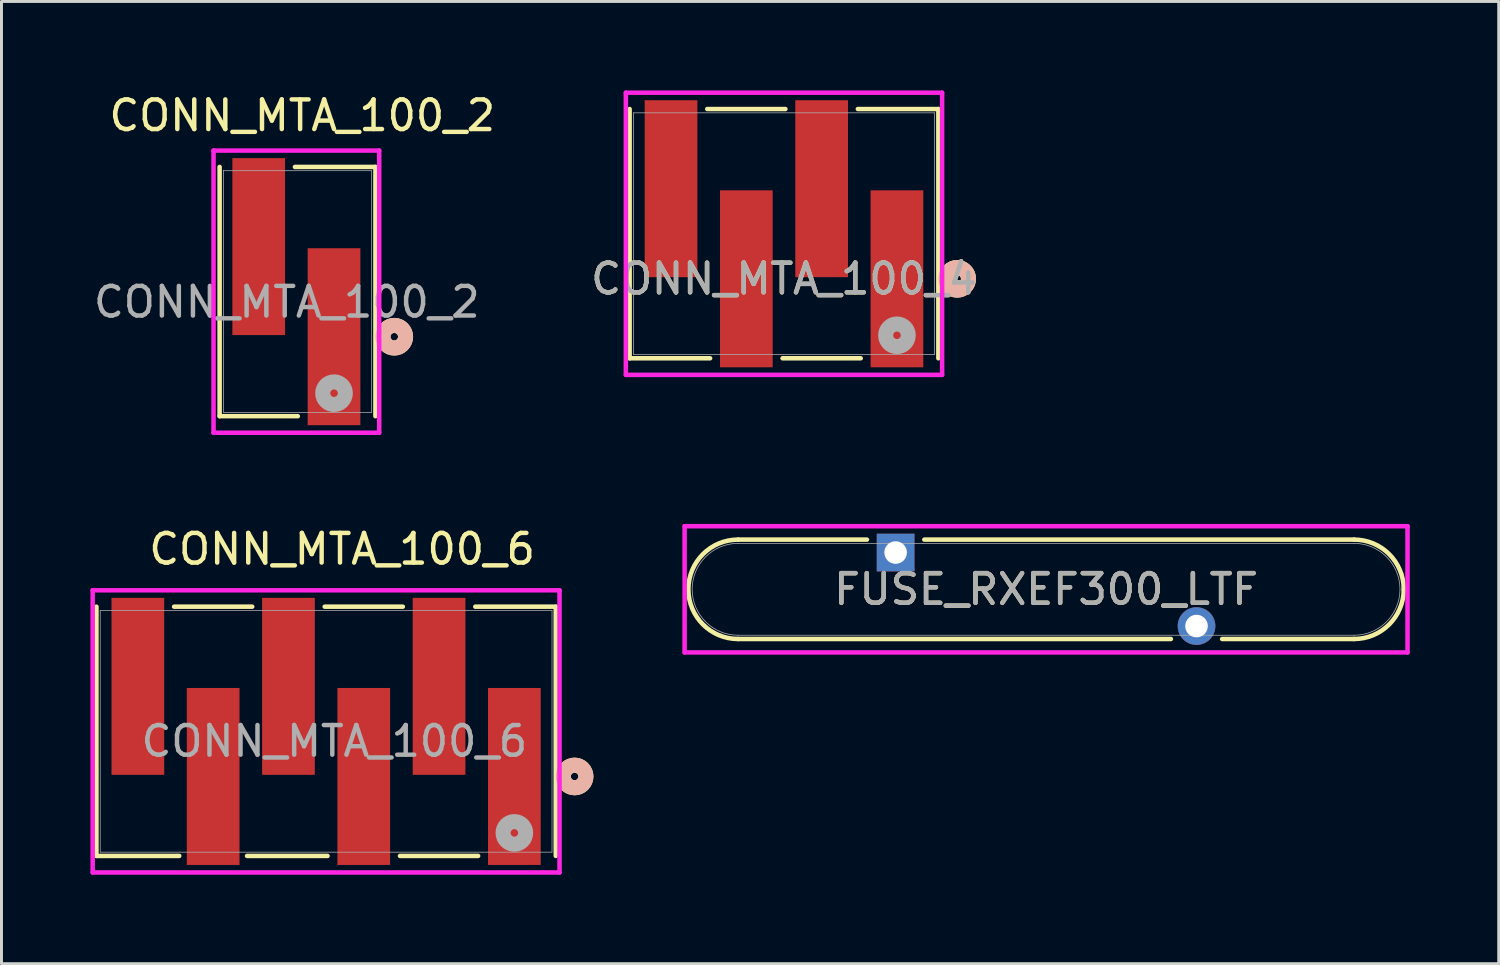
<source format=kicad_pcb>
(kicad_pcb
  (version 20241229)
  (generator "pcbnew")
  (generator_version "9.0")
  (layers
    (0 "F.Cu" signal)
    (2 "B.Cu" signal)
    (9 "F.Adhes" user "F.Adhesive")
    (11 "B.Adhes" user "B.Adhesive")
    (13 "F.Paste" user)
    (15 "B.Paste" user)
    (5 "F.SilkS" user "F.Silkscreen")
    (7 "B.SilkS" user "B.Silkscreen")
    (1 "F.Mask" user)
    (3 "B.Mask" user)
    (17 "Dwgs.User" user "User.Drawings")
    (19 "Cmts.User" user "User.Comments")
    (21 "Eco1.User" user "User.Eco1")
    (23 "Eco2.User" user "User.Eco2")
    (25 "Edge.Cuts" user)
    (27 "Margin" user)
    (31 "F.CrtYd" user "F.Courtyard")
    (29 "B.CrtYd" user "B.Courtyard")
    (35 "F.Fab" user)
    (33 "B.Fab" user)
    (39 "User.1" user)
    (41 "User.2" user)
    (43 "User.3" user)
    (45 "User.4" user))
  (footprint "FUSE_RXEF300_LTF"
    (layer "F.Cu")
    (at 32.235 16.828)
    (property "Reference" "FUSE_RXEF300_LTF" (at 0 0 0) (unlocked yes) (layer "F.SilkS") (effects (font (size 1 1) (thickness 0.15))))
    (attr through_hole)
    (fp_line (start -10.389 -1.676) (end -6.043 -1.676) (stroke (width 0.152) (type solid)) (layer "F.SilkS"))
    (fp_line (start -10.389 1.676) (end 4.211 1.676) (stroke (width 0.152) (type solid)) (layer "F.SilkS"))
    (fp_line (start -4.107 -1.676) (end 10.389 -1.676) (stroke (width 0.152) (type solid)) (layer "F.SilkS"))
    (fp_line (start 5.939 1.676) (end 10.389 1.676) (stroke (width 0.152) (type solid)) (layer "F.SilkS"))
    (fp_arc (start -10.3886 1.6764) (mid -12.065 0) (end -10.3886 -1.6764) (stroke (width 0.1524) (type solid)) (layer "F.SilkS"))
    (fp_arc (start 10.3886 -1.6764) (mid 11.573994 -1.185394) (end 12.065 0) (stroke (width 0.1524) (type solid)) (layer "F.SilkS"))
    (fp_arc (start 12.065 0) (mid 11.573994 1.185394) (end 10.3886 1.6764) (stroke (width 0.1524) (type solid)) (layer "F.SilkS"))
    (fp_line (start -12.192 -2.129) (end 12.192 -2.129) (stroke (width 0.152) (type solid)) (layer "F.CrtYd"))
    (fp_line (start -12.192 2.129) (end -12.192 -2.129) (stroke (width 0.152) (type solid)) (layer "F.CrtYd"))
    (fp_line (start 12.192 -2.129) (end 12.192 2.129) (stroke (width 0.152) (type solid)) (layer "F.CrtYd"))
    (fp_line (start 12.192 2.129) (end -12.192 2.129) (stroke (width 0.152) (type solid)) (layer "F.CrtYd"))
    (fp_line (start -10.389 -1.549) (end 10.389 -1.549) (stroke (width 0.025) (type solid)) (layer "F.Fab"))
    (fp_line (start -10.389 1.549) (end 10.389 1.549) (stroke (width 0.025) (type solid)) (layer "F.Fab"))
    (fp_arc (start -10.3886 1.5494) (mid -11.938 0) (end -10.3886 -1.5494) (stroke (width 0.0254) (type solid)) (layer "F.Fab"))
    (fp_arc (start 10.3886 -1.5494) (mid 11.938 0) (end 10.3886 1.5494) (stroke (width 0.0254) (type solid)) (layer "F.Fab"))
    (fp_text user "${REFERENCE}" (at 0 0 0) (unlocked yes) (layer "F.Fab") (effects (font (size 1 1) (thickness 0.15))))
    (pad "1" thru_hole rect (at -5.075 -1.24) (size 1.27 1.27) (drill 0.762) (layers "*.Cu" "*.Mask"))
    (pad "2" thru_hole circle (at 5.075 1.24) (size 1.27 1.27) (drill 0.762) (layers "*.Cu" "*.Mask")))
  (footprint "CONN_MTA_100_2"
    (layer "F.Cu")
    (at 6.995 6.688)
    (property "Reference" "CONN_MTA_100_2" (at 0.15 -5.84 0) (unlocked yes) (layer "F.SilkS") (effects (font (size 1 1) (thickness 0.15))))
    (attr smd)
    (fp_line (start -2.637 4.3) (end -2.637 -4.107) (stroke (width 0.152) (type solid)) (layer "F.SilkS"))
    (fp_line (start -2.637 4.3) (end 0 4.3) (stroke (width 0.152) (type solid)) (layer "F.SilkS"))
    (fp_line (start 2.619 -4.107) (end -0.097 -4.107) (stroke (width 0.152) (type solid)) (layer "F.SilkS"))
    (fp_line (start 2.619 4.3) (end 2.619 -4.107) (stroke (width 0.152) (type solid)) (layer "F.SilkS"))
    (fp_circle (center 3.254 1.62) (end 3.635 1.62) (stroke (width 0.508) (type solid)) (fill no) (layer "F.SilkS"))
    (fp_circle (center 3.254 1.62) (end 3.635 1.62) (stroke (width 0.508) (type solid)) (fill no) (layer "B.SilkS"))
    (fp_line (start -2.842 -4.659) (end -2.842 4.858) (stroke (width 0.152) (type solid)) (layer "F.CrtYd"))
    (fp_line (start -2.842 4.858) (end 2.746 4.858) (stroke (width 0.152) (type solid)) (layer "F.CrtYd"))
    (fp_line (start 2.746 -4.659) (end -2.842 -4.659) (stroke (width 0.152) (type solid)) (layer "F.CrtYd"))
    (fp_line (start 2.746 4.858) (end 2.746 -4.659) (stroke (width 0.152) (type solid)) (layer "F.CrtYd"))
    (fp_line (start -2.51 -3.997) (end -2.51 4.156) (stroke (width 0.025) (type solid)) (layer "F.Fab"))
    (fp_line (start -2.51 4.173) (end 2.492 4.173) (stroke (width 0.025) (type solid)) (layer "F.Fab"))
    (fp_line (start 2.492 -3.98) (end -2.51 -3.98) (stroke (width 0.025) (type solid)) (layer "F.Fab"))
    (fp_line (start 2.492 4.173) (end 2.492 -3.98) (stroke (width 0.025) (type solid)) (layer "F.Fab"))
    (fp_circle (center 1.222 3.525) (end 1.603 3.525) (stroke (width 0.508) (type solid)) (fill no) (layer "F.Fab"))
    (fp_text user "${REFERENCE}" (at -0.37 0.45 0) (unlocked yes) (layer "F.Fab") (effects (font (size 1 1) (thickness 0.15))))
    (pad "1" smd rect (at 1.222 1.62) (size 1.778 5.969) (layers "F.Cu" "F.Mask" "F.Paste"))
    (pad "2" smd rect (at -1.318 -1.42) (size 1.778 5.969) (layers "F.Cu" "F.Mask" "F.Paste")))
  (footprint "CONN_MTA_100_4"
    (layer "F.Cu")
    (at 27.205 6.355)
    (property "Reference" "CONN_MTA_100_4" (at -3.81 0 0) (unlocked yes) (layer "F.SilkS") (effects (font (size 1 1) (thickness 0.15))))
    (attr smd)
    (fp_line (start -9.017 -5.727) (end -9.017 2.68) (stroke (width 0.152) (type solid)) (layer "F.SilkS"))
    (fp_line (start -9.017 2.68) (end -6.302 2.68) (stroke (width 0.152) (type solid)) (layer "F.SilkS"))
    (fp_line (start -3.858 2.68) (end -1.222 2.68) (stroke (width 0.152) (type solid)) (layer "F.SilkS"))
    (fp_line (start -3.762 -5.727) (end -6.398 -5.727) (stroke (width 0.152) (type solid)) (layer "F.SilkS"))
    (fp_line (start 1.397 -5.727) (end -1.318 -5.727) (stroke (width 0.152) (type solid)) (layer "F.SilkS"))
    (fp_line (start 1.397 2.68) (end 1.397 -5.727) (stroke (width 0.152) (type solid)) (layer "F.SilkS"))
    (fp_circle (center 2.032 0) (end 2.413 0) (stroke (width 0.508) (type solid)) (fill no) (layer "F.SilkS"))
    (fp_circle (center 2.032 0) (end 2.413 0) (stroke (width 0.508) (type solid)) (fill no) (layer "B.SilkS"))
    (fp_line (start -9.144 -6.278) (end -9.144 3.239) (stroke (width 0.152) (type solid)) (layer "F.CrtYd"))
    (fp_line (start -9.144 3.239) (end 1.524 3.239) (stroke (width 0.152) (type solid)) (layer "F.CrtYd"))
    (fp_line (start 1.524 -6.278) (end -9.144 -6.278) (stroke (width 0.152) (type solid)) (layer "F.CrtYd"))
    (fp_line (start 1.524 3.239) (end 1.524 -6.278) (stroke (width 0.152) (type solid)) (layer "F.CrtYd"))
    (fp_line (start -8.89 -5.6) (end -8.89 2.553) (stroke (width 0.025) (type solid)) (layer "F.Fab"))
    (fp_line (start -8.89 2.553) (end 1.27 2.553) (stroke (width 0.025) (type solid)) (layer "F.Fab"))
    (fp_line (start 1.27 -5.6) (end -8.89 -5.6) (stroke (width 0.025) (type solid)) (layer "F.Fab"))
    (fp_line (start 1.27 2.553) (end 1.27 -5.6) (stroke (width 0.025) (type solid)) (layer "F.Fab"))
    (fp_circle (center 0 1.905) (end 0.381 1.905) (stroke (width 0.508) (type solid)) (fill no) (layer "F.Fab"))
    (fp_text user "${REFERENCE}" (at -3.81 0 0) (unlocked yes) (layer "F.Fab") (effects (font (size 1 1) (thickness 0.15))))
    (pad "1" smd rect (at 0 0) (size 1.778 5.969) (layers "F.Cu" "F.Mask" "F.Paste"))
    (pad "2" smd rect (at -2.54 -3.04) (size 1.778 5.969) (layers "F.Cu" "F.Mask" "F.Paste"))
    (pad "3" smd rect (at -5.08 0) (size 1.778 5.969) (layers "F.Cu" "F.Mask" "F.Paste"))
    (pad "4" smd rect (at -7.62 -3.04) (size 1.778 5.969) (layers "F.Cu" "F.Mask" "F.Paste")))
  (footprint "CONN_MTA_100_6"
    (layer "F.Cu")
    (at 9.22 20.156)
    (property "Reference" "CONN_MTA_100_6" (at -0.73 -4.685 0) (unlocked yes) (layer "F.SilkS") (effects (font (size 1 1) (thickness 0.15))))
    (attr smd)
    (fp_line (start -9.017 -2.742) (end -9.017 5.665) (stroke (width 0.152) (type solid)) (layer "F.SilkS"))
    (fp_line (start -9.017 5.665) (end -6.223 5.665) (stroke (width 0.152) (type solid)) (layer "F.SilkS"))
    (fp_line (start -3.937 5.665) (end -1.222 5.665) (stroke (width 0.152) (type solid)) (layer "F.SilkS"))
    (fp_line (start -3.762 -2.742) (end -6.398 -2.742) (stroke (width 0.152) (type solid)) (layer "F.SilkS"))
    (fp_line (start 1.222 5.665) (end 3.858 5.665) (stroke (width 0.152) (type solid)) (layer "F.SilkS"))
    (fp_line (start 1.318 -2.742) (end -1.318 -2.742) (stroke (width 0.152) (type solid)) (layer "F.SilkS"))
    (fp_line (start 6.477 -2.742) (end 3.762 -2.742) (stroke (width 0.152) (type solid)) (layer "F.SilkS"))
    (fp_line (start 6.477 5.665) (end 6.477 -2.742) (stroke (width 0.152) (type solid)) (layer "F.SilkS"))
    (fp_circle (center 7.112 2.985) (end 7.493 2.985) (stroke (width 0.508) (type solid)) (fill no) (layer "F.SilkS"))
    (fp_circle (center 7.112 2.985) (end 7.493 2.985) (stroke (width 0.508) (type solid)) (fill no) (layer "B.SilkS"))
    (fp_line (start -9.144 -3.294) (end -9.144 6.223) (stroke (width 0.152) (type solid)) (layer "F.CrtYd"))
    (fp_line (start -9.144 6.223) (end 6.604 6.223) (stroke (width 0.152) (type solid)) (layer "F.CrtYd"))
    (fp_line (start 6.604 -3.294) (end -9.144 -3.294) (stroke (width 0.152) (type solid)) (layer "F.CrtYd"))
    (fp_line (start 6.604 6.223) (end 6.604 -3.294) (stroke (width 0.152) (type solid)) (layer "F.CrtYd"))
    (fp_line (start -8.89 -2.615) (end -8.89 5.538) (stroke (width 0.025) (type solid)) (layer "F.Fab"))
    (fp_line (start -8.89 5.538) (end 6.35 5.538) (stroke (width 0.025) (type solid)) (layer "F.Fab"))
    (fp_line (start 6.35 -2.615) (end -8.89 -2.615) (stroke (width 0.025) (type solid)) (layer "F.Fab"))
    (fp_line (start 6.35 5.538) (end 6.35 -2.615) (stroke (width 0.025) (type solid)) (layer "F.Fab"))
    (fp_circle (center 5.08 4.889) (end 5.461 4.889) (stroke (width 0.508) (type solid)) (fill no) (layer "F.Fab"))
    (fp_text user "${REFERENCE}" (at -0.99 1.795 0) (unlocked yes) (layer "F.Fab") (effects (font (size 1 1) (thickness 0.15))))
    (pad "1" smd rect (at 5.08 2.985) (size 1.778 5.969) (layers "F.Cu" "F.Mask" "F.Paste"))
    (pad "2" smd rect (at 2.54 -0.055) (size 1.778 5.969) (layers "F.Cu" "F.Mask" "F.Paste"))
    (pad "3" smd rect (at 0 2.985) (size 1.778 5.969) (layers "F.Cu" "F.Mask" "F.Paste"))
    (pad "4" smd rect (at -2.54 -0.055) (size 1.778 5.969) (layers "F.Cu" "F.Mask" "F.Paste"))
    (pad "5" smd rect (at -5.08 2.985) (size 1.778 5.969) (layers "F.Cu" "F.Mask" "F.Paste"))
    (pad "6" smd rect (at -7.62 -0.055) (size 1.778 5.969) (layers "F.Cu" "F.Mask" "F.Paste")))
  (gr_rect
    (start -3 -3)
    (end 47.504 29.455)
    (stroke (width 0.1) (type default))
    (fill no)
    (layer "Edge.Cuts")))
</source>
